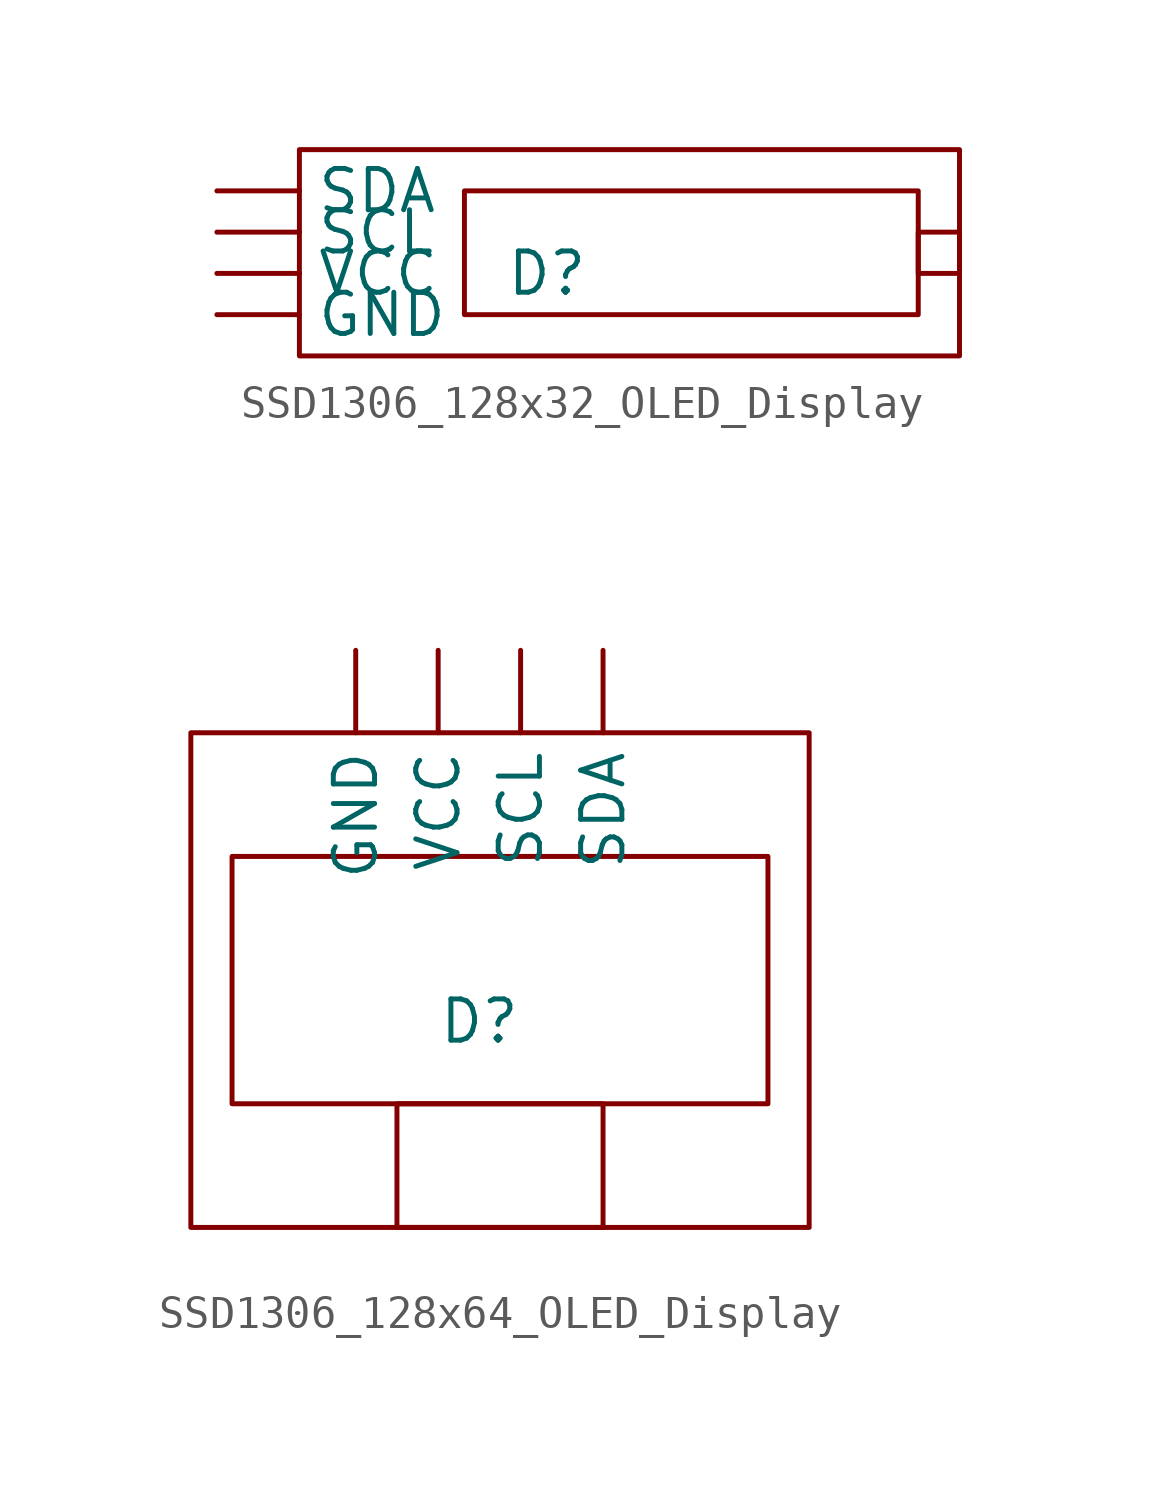
<source format=kicad_sym>
(kicad_symbol_lib
  (version 20220914)
  (generator kicad_symbol_editor)
  (symbol "SSD1306_128x32_OLED_Display"
    (property "Reference" "D"
      (at 0 -1.27 0)
      (effects (font (size 1.27 1.27))))
    (property "Value" ""
      (at 0 0 0)
      (effects (font (size 1.27 1.27))))
    (symbol "SSD1306_128x32_OLED_Display_0_1"
      (rectangle (start -7.62 2.54) (end 12.7 -3.81) (stroke (width 0) (type default)) (fill (type none)))
      (rectangle (start -2.54 1.27) (end 11.43 -2.54) (stroke (width 0) (type default)) (fill (type none)))
      (rectangle (start 11.43 0) (end 12.7 -1.27) (stroke (width 0) (type default)) (fill (type none))))
    (symbol "SSD1306_128x32_OLED_Display_1_1"
      (pin input line (at -10.16 -2.54 0) (length 2.54) (name "GND" (effects (font (size 1.27 1.27)))) (number "" (effects (font (size 1.27 1.27)))))
      (pin input line (at -10.16 0 0) (length 2.54) (name "SCL" (effects (font (size 1.27 1.27)))) (number "" (effects (font (size 1.27 1.27)))))
      (pin input line (at -10.16 1.27 0) (length 2.54) (name "SDA" (effects (font (size 1.27 1.27)))) (number "" (effects (font (size 1.27 1.27)))))
      (pin power_in line (at -10.16 -1.27 0) (length 2.54) (name "VCC" (effects (font (size 1.27 1.27)))) (number "" (effects (font (size 1.27 1.27)))))))
  (symbol "SSD1306_128x64_OLED_Display"
    (property "Reference" "D"
      (at 0 -2.54 0)
      (effects (font (size 1.27 1.27))))
    (property "Value" ""
      (at 0 0 0)
      (effects (font (size 1.27 1.27))))
    (symbol "SSD1306_128x64_OLED_Display_0_1"
      (rectangle (start -8.89 6.35) (end 10.16 -8.89) (stroke (width 0) (type default)) (fill (type none)))
      (rectangle (start -7.62 2.54) (end 8.89 -5.08) (stroke (width 0) (type default)) (fill (type none)))
      (rectangle (start -2.54 -5.08) (end 3.81 -8.89) (stroke (width 0) (type default)) (fill (type none))))
    (symbol "SSD1306_128x64_OLED_Display_1_1"
      (pin input line (at -3.81 8.89 270) (length 2.54) (name "GND" (effects (font (size 1.27 1.27)))) (number "" (effects (font (size 1.27 1.27)))))
      (pin input line (at 1.27 8.89 270) (length 2.54) (name "SCL" (effects (font (size 1.27 1.27)))) (number "" (effects (font (size 1.27 1.27)))))
      (pin input line (at 3.81 8.89 270) (length 2.54) (name "SDA" (effects (font (size 1.27 1.27)))) (number "" (effects (font (size 1.27 1.27)))))
      (pin power_in line (at -1.27 8.89 270) (length 2.54) (name "VCC" (effects (font (size 1.27 1.27)))) (number "" (effects (font (size 1.27 1.27))))))))
</source>
